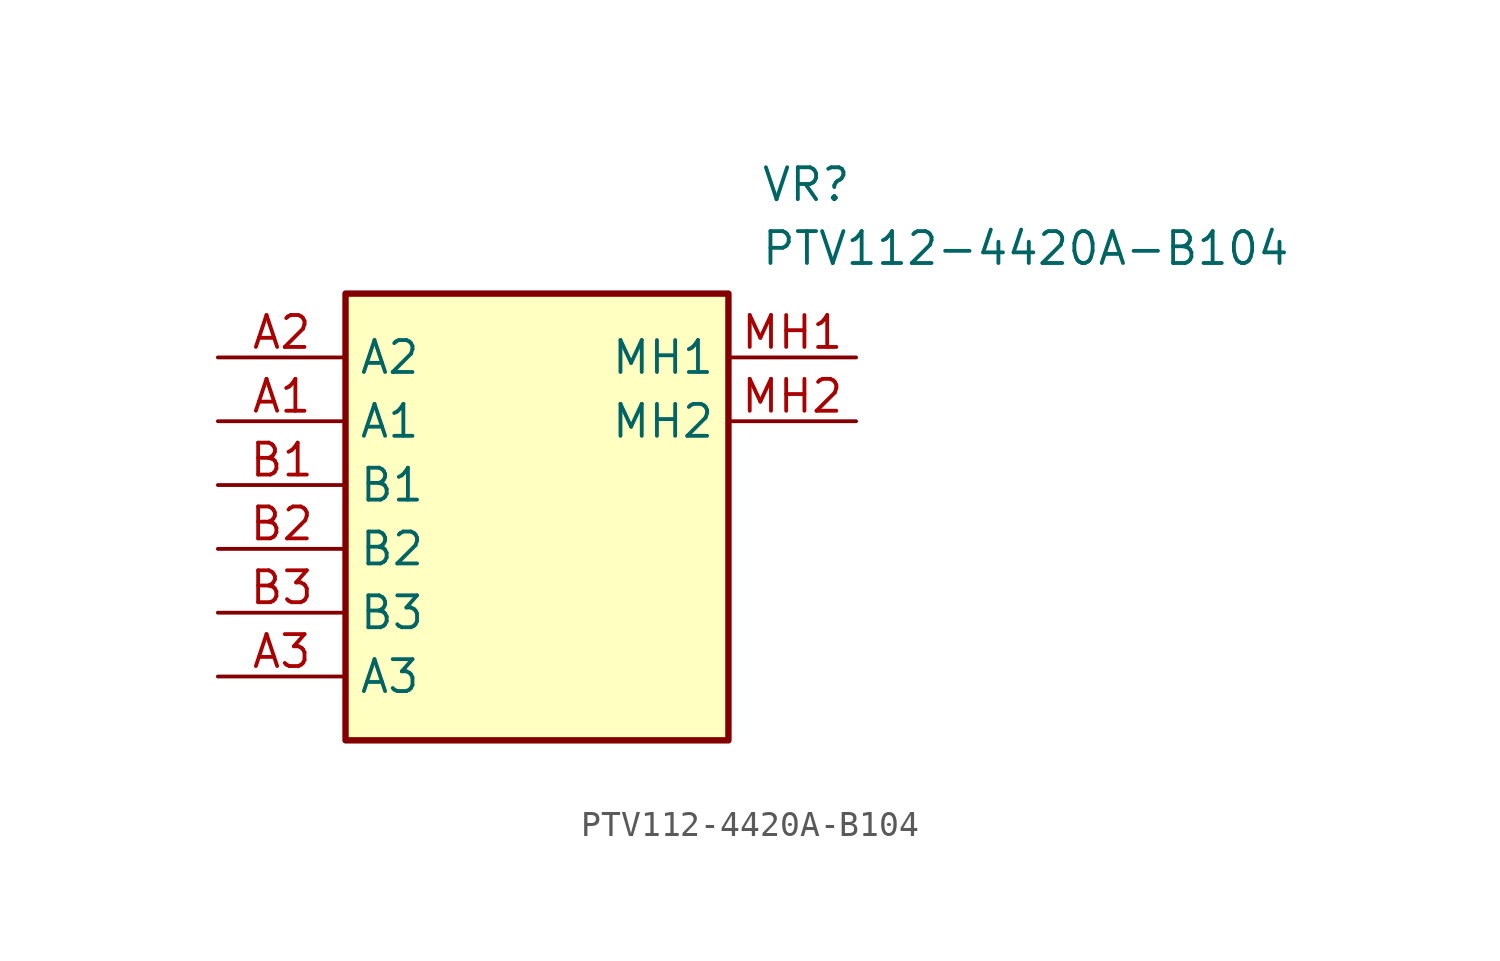
<source format=kicad_sym>
(kicad_symbol_lib
  (version 20211014)
  (generator SamacSys_ECAD_Model)
  (symbol "PTV112-4420A-B104"
    (property "Reference" "VR"
      (at 21.59 7.62 0)
      (effects (font (size 1.27 1.27)) (justify left top)))
    (property "Value" "PTV112-4420A-B104"
      (at 21.59 5.08 0)
      (effects (font (size 1.27 1.27)) (justify left top)))
    (rectangle
      (start 5.08 2.54)
      (end 20.32 -15.24)
      (stroke (width 0.254) (type default))
      (fill (type background)))
    (pin passive line
      (at 0 -2.54 0)
      (length 5.08)
      (name "A1" (effects (font (size 1.27 1.27))))
      (number "A1" (effects (font (size 1.27 1.27)))))
    (pin passive line
      (at 0 0 0)
      (length 5.08)
      (name "A2" (effects (font (size 1.27 1.27))))
      (number "A2" (effects (font (size 1.27 1.27)))))
    (pin passive line
      (at 0 -12.7 0)
      (length 5.08)
      (name "A3" (effects (font (size 1.27 1.27))))
      (number "A3" (effects (font (size 1.27 1.27)))))
    (pin passive line
      (at 0 -5.08 0)
      (length 5.08)
      (name "B1" (effects (font (size 1.27 1.27))))
      (number "B1" (effects (font (size 1.27 1.27)))))
    (pin passive line
      (at 0 -7.62 0)
      (length 5.08)
      (name "B2" (effects (font (size 1.27 1.27))))
      (number "B2" (effects (font (size 1.27 1.27)))))
    (pin passive line
      (at 0 -10.16 0)
      (length 5.08)
      (name "B3" (effects (font (size 1.27 1.27))))
      (number "B3" (effects (font (size 1.27 1.27)))))
    (pin passive line
      (at 25.4 0 180)
      (length 5.08)
      (name "MH1" (effects (font (size 1.27 1.27))))
      (number "MH1" (effects (font (size 1.27 1.27)))))
    (pin passive line
      (at 25.4 -2.54 180)
      (length 5.08)
      (name "MH2" (effects (font (size 1.27 1.27))))
      (number "MH2" (effects (font (size 1.27 1.27)))))))
</source>
